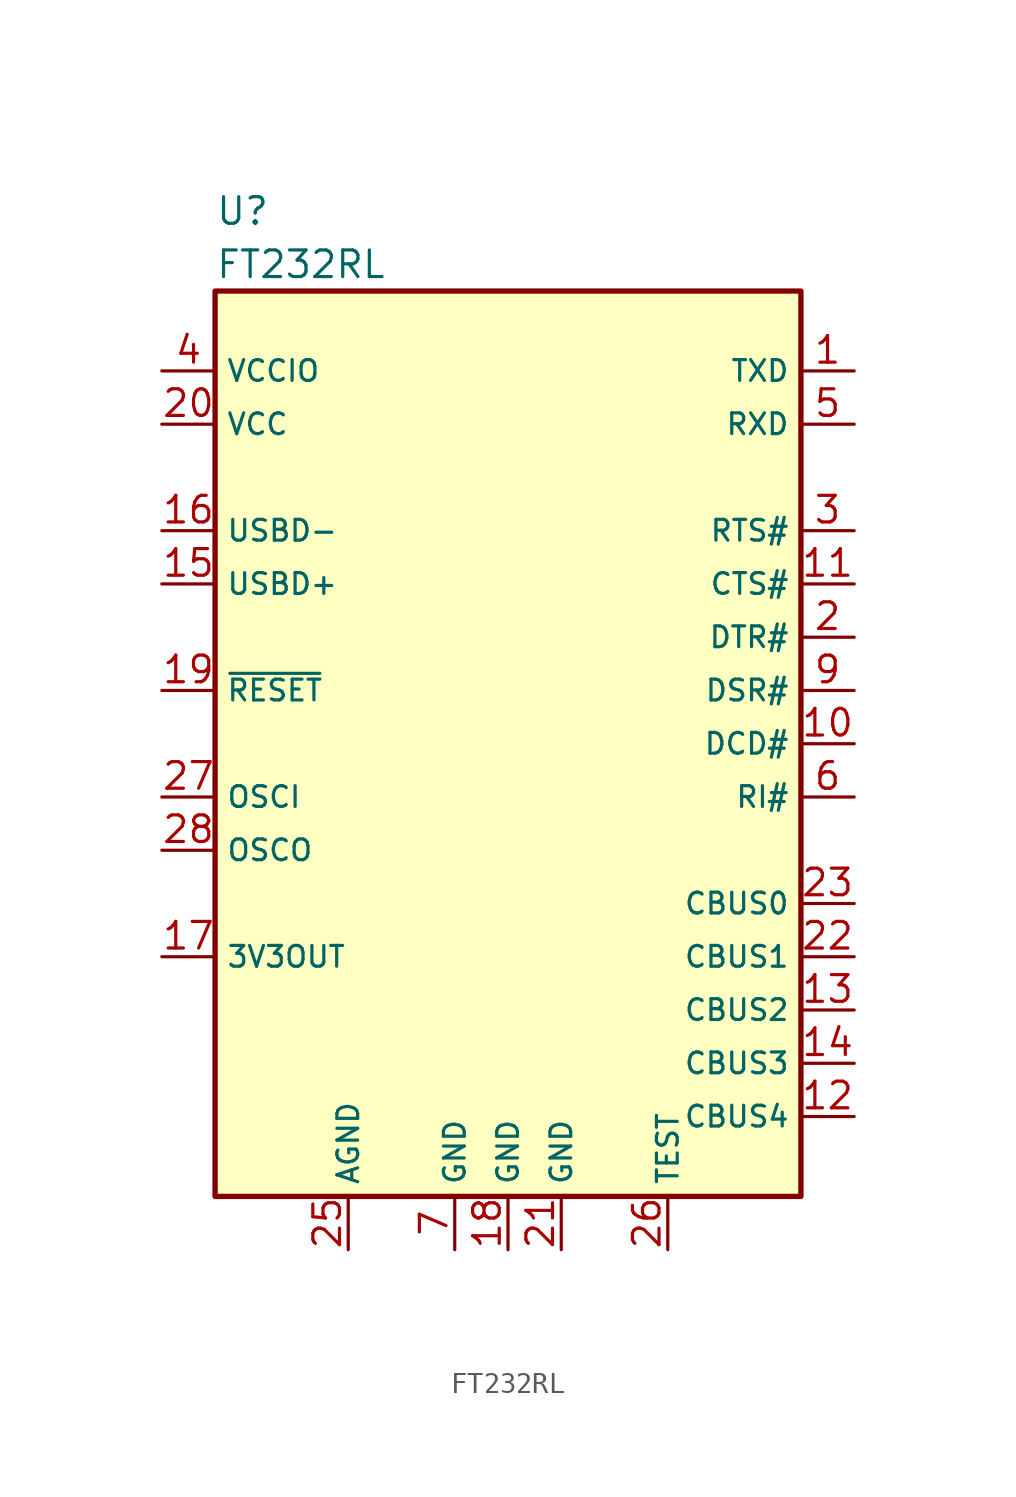
<source format=kicad_sym>
(kicad_symbol_lib
  (version 20211014)
  (generator kicad_symbol_editor)
  (symbol "FT232RL"
    (property "Reference" "U"
      (at -13.97 24.13 0)
      (effects (font (size 1.27 1.27)) (justify left)))
    (property "Value" "FT232RL"
      (at -13.97 21.59 0)
      (effects (font (size 1.27 1.27)) (justify left)))
    (symbol "FT232RL_0_1"
      (rectangle (start -13.97 20.32) (end 13.97 -22.86) (stroke (width 0.254) (type default) (color 0 0 0 0)) (fill (type background))))
    (symbol "FT232RL_1_1"
      (pin output line (at 16.51 16.51 180) (length 2.54) (name "TXD" (effects (font (size 0.991 0.991)))) (number "1" (effects (font (size 1.27 1.27)))))
      (pin input line (at 16.51 -1.27 180) (length 2.54) (name "DCD#" (effects (font (size 0.991 0.991)))) (number "10" (effects (font (size 1.27 1.27)))))
      (pin input line (at 16.51 6.35 180) (length 2.54) (name "CTS#" (effects (font (size 0.991 0.991)))) (number "11" (effects (font (size 1.27 1.27)))))
      (pin bidirectional line (at 16.51 -19.05 180) (length 2.54) (name "CBUS4" (effects (font (size 0.991 0.991)))) (number "12" (effects (font (size 1.27 1.27)))))
      (pin bidirectional line (at 16.51 -13.97 180) (length 2.54) (name "CBUS2" (effects (font (size 0.991 0.991)))) (number "13" (effects (font (size 1.27 1.27)))))
      (pin bidirectional line (at 16.51 -16.51 180) (length 2.54) (name "CBUS3" (effects (font (size 0.991 0.991)))) (number "14" (effects (font (size 1.27 1.27)))))
      (pin bidirectional line (at -16.51 6.35 0) (length 2.54) (name "USBD+" (effects (font (size 0.991 0.991)))) (number "15" (effects (font (size 1.27 1.27)))))
      (pin bidirectional line (at -16.51 8.89 0) (length 2.54) (name "USBD-" (effects (font (size 0.991 0.991)))) (number "16" (effects (font (size 1.27 1.27)))))
      (pin power_out line (at -16.51 -11.43 0) (length 2.54) (name "3V3OUT" (effects (font (size 0.991 0.991)))) (number "17" (effects (font (size 1.27 1.27)))))
      (pin power_in line (at 0 -25.4 90) (length 2.54) (name "GND" (effects (font (size 0.991 0.991)))) (number "18" (effects (font (size 1.27 1.27)))))
      (pin input line (at -16.51 1.27 0) (length 2.54) (name "~{RESET}" (effects (font (size 0.991 0.991)))) (number "19" (effects (font (size 1.27 1.27)))))
      (pin output line (at 16.51 3.81 180) (length 2.54) (name "DTR#" (effects (font (size 0.991 0.991)))) (number "2" (effects (font (size 1.27 1.27)))))
      (pin power_in line (at -16.51 13.97 0) (length 2.54) (name "VCC" (effects (font (size 0.991 0.991)))) (number "20" (effects (font (size 1.27 1.27)))))
      (pin power_in line (at 2.54 -25.4 90) (length 2.54) (name "GND" (effects (font (size 0.991 0.991)))) (number "21" (effects (font (size 1.27 1.27)))))
      (pin bidirectional line (at 16.51 -11.43 180) (length 2.54) (name "CBUS1" (effects (font (size 0.991 0.991)))) (number "22" (effects (font (size 1.27 1.27)))))
      (pin bidirectional line (at 16.51 -8.89 180) (length 2.54) (name "CBUS0" (effects (font (size 0.991 0.991)))) (number "23" (effects (font (size 1.27 1.27)))))
      (pin no_connect line (at -13.97 -16.51 180) (length 2.54) hide (name "NC" (effects (font (size 0.991 0.991)))) (number "24" (effects (font (size 1.27 1.27)))))
      (pin power_in line (at -7.62 -25.4 90) (length 2.54) (name "AGND" (effects (font (size 0.991 0.991)))) (number "25" (effects (font (size 1.27 1.27)))))
      (pin input line (at 7.62 -25.4 90) (length 2.54) (name "TEST" (effects (font (size 0.991 0.991)))) (number "26" (effects (font (size 1.27 1.27)))))
      (pin input line (at -16.51 -3.81 0) (length 2.54) (name "OSCI" (effects (font (size 0.991 0.991)))) (number "27" (effects (font (size 1.27 1.27)))))
      (pin output line (at -16.51 -6.35 0) (length 2.54) (name "OSCO" (effects (font (size 0.991 0.991)))) (number "28" (effects (font (size 1.27 1.27)))))
      (pin output line (at 16.51 8.89 180) (length 2.54) (name "RTS#" (effects (font (size 0.991 0.991)))) (number "3" (effects (font (size 1.27 1.27)))))
      (pin power_in line (at -16.51 16.51 0) (length 2.54) (name "VCCIO" (effects (font (size 0.991 0.991)))) (number "4" (effects (font (size 1.27 1.27)))))
      (pin input line (at 16.51 13.97 180) (length 2.54) (name "RXD" (effects (font (size 0.991 0.991)))) (number "5" (effects (font (size 1.27 1.27)))))
      (pin input line (at 16.51 -3.81 180) (length 2.54) (name "RI#" (effects (font (size 0.991 0.991)))) (number "6" (effects (font (size 1.27 1.27)))))
      (pin power_in line (at -2.54 -25.4 90) (length 2.54) (name "GND" (effects (font (size 0.991 0.991)))) (number "7" (effects (font (size 1.27 1.27)))))
      (pin no_connect line (at -13.97 -19.05 180) (length 2.54) hide (name "NC" (effects (font (size 0.991 0.991)))) (number "8" (effects (font (size 1.27 1.27)))))
      (pin input line (at 16.51 1.27 180) (length 2.54) (name "DSR#" (effects (font (size 0.991 0.991)))) (number "9" (effects (font (size 1.27 1.27))))))))
</source>
